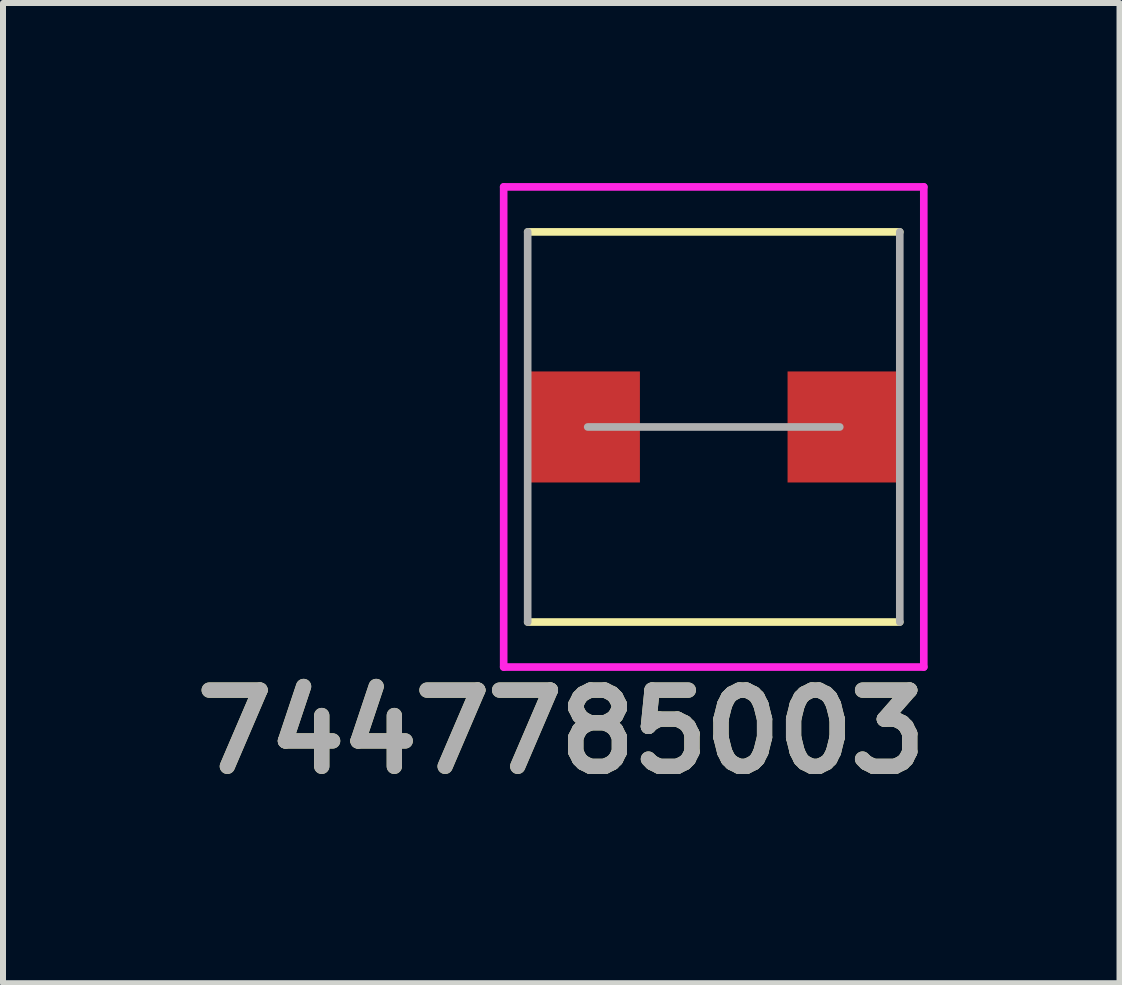
<source format=kicad_pcb>
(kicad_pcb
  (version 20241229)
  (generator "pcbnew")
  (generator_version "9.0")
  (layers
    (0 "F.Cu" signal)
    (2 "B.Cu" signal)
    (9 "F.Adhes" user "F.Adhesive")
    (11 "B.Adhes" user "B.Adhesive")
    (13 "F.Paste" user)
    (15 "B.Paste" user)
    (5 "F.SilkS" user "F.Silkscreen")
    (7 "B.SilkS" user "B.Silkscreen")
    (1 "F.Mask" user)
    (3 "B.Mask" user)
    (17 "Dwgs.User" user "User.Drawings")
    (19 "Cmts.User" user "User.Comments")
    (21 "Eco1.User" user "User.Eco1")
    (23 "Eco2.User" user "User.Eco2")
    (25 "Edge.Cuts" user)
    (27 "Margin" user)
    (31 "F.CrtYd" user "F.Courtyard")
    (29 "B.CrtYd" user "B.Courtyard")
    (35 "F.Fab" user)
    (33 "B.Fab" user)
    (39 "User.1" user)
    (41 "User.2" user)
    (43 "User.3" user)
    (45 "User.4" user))
  (footprint "7447785003"
    (layer "F.Cu")
    (at 8.842 4.064)
    (property "Reference" "7447785003" (at -2.54 5.08 0) (layer "F.SilkS") (effects (font (size 1.27 1.27) (thickness 0.254))))
    (attr smd)
    (fp_line (start -3.1 -3.25) (end 3.1 -3.25) (stroke (width 0.127) (type solid)) (layer "F.SilkS"))
    (fp_line (start 3.1 3.25) (end -3.1 3.25) (stroke (width 0.127) (type solid)) (layer "F.SilkS"))
    (fp_line (start -3.5 -4) (end -3.5 4) (stroke (width 0.127) (type solid)) (layer "F.CrtYd"))
    (fp_line (start -3.5 4) (end 3.5 4) (stroke (width 0.127) (type solid)) (layer "F.CrtYd"))
    (fp_line (start 3.5 -4) (end -3.5 -4) (stroke (width 0.127) (type solid)) (layer "F.CrtYd"))
    (fp_line (start 3.5 4) (end 3.5 -4) (stroke (width 0.127) (type solid)) (layer "F.CrtYd"))
    (fp_line (start -3.1 3.25) (end -3.1 -3.25) (stroke (width 0.127) (type solid)) (layer "F.Fab"))
    (fp_line (start -2.1 0) (end 2.1 0) (stroke (width 0.127) (type solid)) (layer "F.Fab"))
    (fp_line (start 3.1 -3.25) (end 3.1 3.25) (stroke (width 0.127) (type solid)) (layer "F.Fab"))
    (fp_text user "${REFERENCE}" (at -2.54 5.08 0) (layer "F.Fab") (effects (font (size 1.27 1.27) (thickness 0.254))))
    (pad "1" smd rect (at -2.18 0 90) (size 1.85 1.9) (layers "F.Cu" "F.Mask" "F.Paste"))
    (pad "2" smd rect (at 2.18 0 90) (size 1.85 1.9) (layers "F.Cu" "F.Mask" "F.Paste")))
  (gr_rect
    (start -3 -3)
    (end 15.603 13.332)
    (stroke (width 0.1) (type default))
    (fill no)
    (layer "Edge.Cuts")))
</source>
